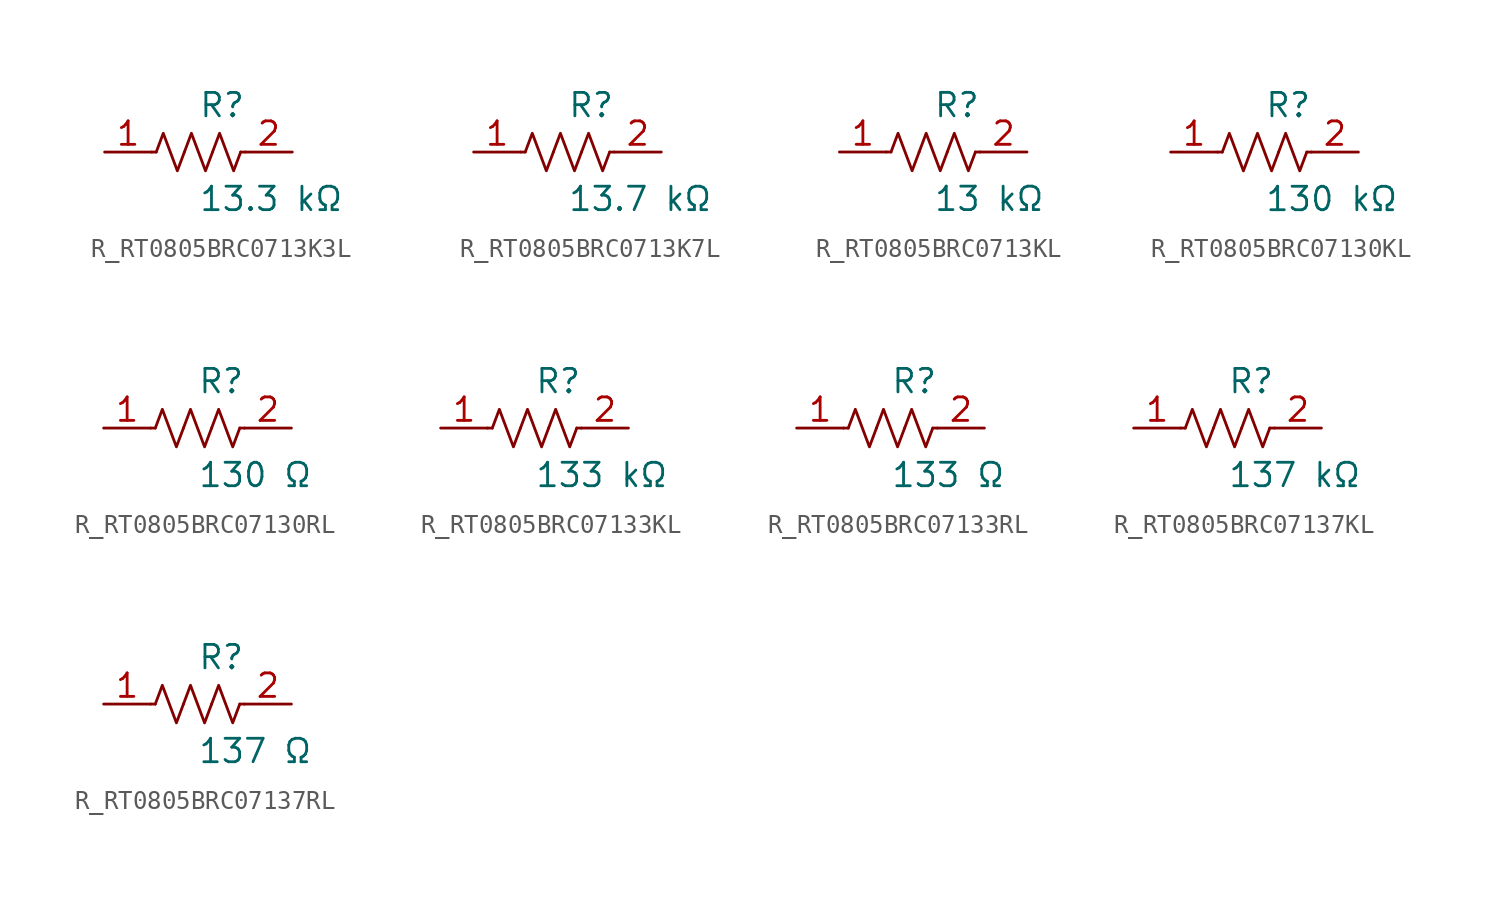
<source format=kicad_sym>
(kicad_symbol_lib
  (version 20231120)
  (generator kicad_symbol_editor)
  (generator_version 8.0)
  (symbol "R_RT0805BRC0713K3L"
    (pin_names
      (offset 0.254))
    (property "Reference" "R"
      (at 0 2.54 0)
      (effects (font (size 1.27 1.27)) (justify left)))
    (property "Value" "13.3 kΩ"
      (at 0 -2.54 0)
      (effects (font (size 1.27 1.27)) (justify left)))
    (symbol "R_RT0805BRC0713K3L_0_1"
      (polyline (pts (xy 2.286 0) (xy 2.54 0)) (stroke (width 0) (type default)) (fill (type none)))
      (polyline (pts (xy -2.286 0) (xy -2.54 0)) (stroke (width 0) (type default)) (fill (type none)))
      (polyline (pts (xy 0.762 0) (xy 1.143 1.016) (xy 1.524 0) (xy 1.905 -1.016) (xy 2.286 0)) (stroke (width 0) (type default)) (fill (type none)))
      (polyline (pts (xy -0.762 0) (xy -0.381 1.016) (xy 0 0) (xy 0.381 -1.016) (xy 0.762 0)) (stroke (width 0) (type default)) (fill (type none)))
      (polyline (pts (xy -2.286 0) (xy -1.905 1.016) (xy -1.524 0) (xy -1.143 -1.016) (xy -0.762 0)) (stroke (width 0) (type default)) (fill (type none))))
    (pin unspecified line
      (at -5.08 0 0)
      (length 2.54)
      (name "" (effects (font (size 1.27 1.27))))
      (number "1" (effects (font (size 1.27 1.27)))))
    (pin unspecified line
      (at 5.08 0 180)
      (length 2.54)
      (name "" (effects (font (size 1.27 1.27))))
      (number "2" (effects (font (size 1.27 1.27))))))
  (symbol "R_RT0805BRC0713K7L"
    (pin_names
      (offset 0.254))
    (property "Reference" "R"
      (at 0 2.54 0)
      (effects (font (size 1.27 1.27)) (justify left)))
    (property "Value" "13.7 kΩ"
      (at 0 -2.54 0)
      (effects (font (size 1.27 1.27)) (justify left)))
    (symbol "R_RT0805BRC0713K7L_0_1"
      (polyline (pts (xy 2.286 0) (xy 2.54 0)) (stroke (width 0) (type default)) (fill (type none)))
      (polyline (pts (xy -2.286 0) (xy -2.54 0)) (stroke (width 0) (type default)) (fill (type none)))
      (polyline (pts (xy 0.762 0) (xy 1.143 1.016) (xy 1.524 0) (xy 1.905 -1.016) (xy 2.286 0)) (stroke (width 0) (type default)) (fill (type none)))
      (polyline (pts (xy -0.762 0) (xy -0.381 1.016) (xy 0 0) (xy 0.381 -1.016) (xy 0.762 0)) (stroke (width 0) (type default)) (fill (type none)))
      (polyline (pts (xy -2.286 0) (xy -1.905 1.016) (xy -1.524 0) (xy -1.143 -1.016) (xy -0.762 0)) (stroke (width 0) (type default)) (fill (type none))))
    (pin unspecified line
      (at -5.08 0 0)
      (length 2.54)
      (name "" (effects (font (size 1.27 1.27))))
      (number "1" (effects (font (size 1.27 1.27)))))
    (pin unspecified line
      (at 5.08 0 180)
      (length 2.54)
      (name "" (effects (font (size 1.27 1.27))))
      (number "2" (effects (font (size 1.27 1.27))))))
  (symbol "R_RT0805BRC0713KL"
    (pin_names
      (offset 0.254))
    (property "Reference" "R"
      (at 0 2.54 0)
      (effects (font (size 1.27 1.27)) (justify left)))
    (property "Value" "13 kΩ"
      (at 0 -2.54 0)
      (effects (font (size 1.27 1.27)) (justify left)))
    (symbol "R_RT0805BRC0713KL_0_1"
      (polyline (pts (xy 2.286 0) (xy 2.54 0)) (stroke (width 0) (type default)) (fill (type none)))
      (polyline (pts (xy -2.286 0) (xy -2.54 0)) (stroke (width 0) (type default)) (fill (type none)))
      (polyline (pts (xy 0.762 0) (xy 1.143 1.016) (xy 1.524 0) (xy 1.905 -1.016) (xy 2.286 0)) (stroke (width 0) (type default)) (fill (type none)))
      (polyline (pts (xy -0.762 0) (xy -0.381 1.016) (xy 0 0) (xy 0.381 -1.016) (xy 0.762 0)) (stroke (width 0) (type default)) (fill (type none)))
      (polyline (pts (xy -2.286 0) (xy -1.905 1.016) (xy -1.524 0) (xy -1.143 -1.016) (xy -0.762 0)) (stroke (width 0) (type default)) (fill (type none))))
    (pin unspecified line
      (at -5.08 0 0)
      (length 2.54)
      (name "" (effects (font (size 1.27 1.27))))
      (number "1" (effects (font (size 1.27 1.27)))))
    (pin unspecified line
      (at 5.08 0 180)
      (length 2.54)
      (name "" (effects (font (size 1.27 1.27))))
      (number "2" (effects (font (size 1.27 1.27))))))
  (symbol "R_RT0805BRC07130KL"
    (pin_names
      (offset 0.254))
    (property "Reference" "R"
      (at 0 2.54 0)
      (effects (font (size 1.27 1.27)) (justify left)))
    (property "Value" "130 kΩ"
      (at 0 -2.54 0)
      (effects (font (size 1.27 1.27)) (justify left)))
    (symbol "R_RT0805BRC07130KL_0_1"
      (polyline (pts (xy 2.286 0) (xy 2.54 0)) (stroke (width 0) (type default)) (fill (type none)))
      (polyline (pts (xy -2.286 0) (xy -2.54 0)) (stroke (width 0) (type default)) (fill (type none)))
      (polyline (pts (xy 0.762 0) (xy 1.143 1.016) (xy 1.524 0) (xy 1.905 -1.016) (xy 2.286 0)) (stroke (width 0) (type default)) (fill (type none)))
      (polyline (pts (xy -0.762 0) (xy -0.381 1.016) (xy 0 0) (xy 0.381 -1.016) (xy 0.762 0)) (stroke (width 0) (type default)) (fill (type none)))
      (polyline (pts (xy -2.286 0) (xy -1.905 1.016) (xy -1.524 0) (xy -1.143 -1.016) (xy -0.762 0)) (stroke (width 0) (type default)) (fill (type none))))
    (pin unspecified line
      (at -5.08 0 0)
      (length 2.54)
      (name "" (effects (font (size 1.27 1.27))))
      (number "1" (effects (font (size 1.27 1.27)))))
    (pin unspecified line
      (at 5.08 0 180)
      (length 2.54)
      (name "" (effects (font (size 1.27 1.27))))
      (number "2" (effects (font (size 1.27 1.27))))))
  (symbol "R_RT0805BRC07130RL"
    (pin_names
      (offset 0.254))
    (property "Reference" "R"
      (at 0 2.54 0)
      (effects (font (size 1.27 1.27)) (justify left)))
    (property "Value" "130 Ω"
      (at 0 -2.54 0)
      (effects (font (size 1.27 1.27)) (justify left)))
    (symbol "R_RT0805BRC07130RL_0_1"
      (polyline (pts (xy 2.286 0) (xy 2.54 0)) (stroke (width 0) (type default)) (fill (type none)))
      (polyline (pts (xy -2.286 0) (xy -2.54 0)) (stroke (width 0) (type default)) (fill (type none)))
      (polyline (pts (xy 0.762 0) (xy 1.143 1.016) (xy 1.524 0) (xy 1.905 -1.016) (xy 2.286 0)) (stroke (width 0) (type default)) (fill (type none)))
      (polyline (pts (xy -0.762 0) (xy -0.381 1.016) (xy 0 0) (xy 0.381 -1.016) (xy 0.762 0)) (stroke (width 0) (type default)) (fill (type none)))
      (polyline (pts (xy -2.286 0) (xy -1.905 1.016) (xy -1.524 0) (xy -1.143 -1.016) (xy -0.762 0)) (stroke (width 0) (type default)) (fill (type none))))
    (pin unspecified line
      (at -5.08 0 0)
      (length 2.54)
      (name "" (effects (font (size 1.27 1.27))))
      (number "1" (effects (font (size 1.27 1.27)))))
    (pin unspecified line
      (at 5.08 0 180)
      (length 2.54)
      (name "" (effects (font (size 1.27 1.27))))
      (number "2" (effects (font (size 1.27 1.27))))))
  (symbol "R_RT0805BRC07133KL"
    (pin_names
      (offset 0.254))
    (property "Reference" "R"
      (at 0 2.54 0)
      (effects (font (size 1.27 1.27)) (justify left)))
    (property "Value" "133 kΩ"
      (at 0 -2.54 0)
      (effects (font (size 1.27 1.27)) (justify left)))
    (symbol "R_RT0805BRC07133KL_0_1"
      (polyline (pts (xy 2.286 0) (xy 2.54 0)) (stroke (width 0) (type default)) (fill (type none)))
      (polyline (pts (xy -2.286 0) (xy -2.54 0)) (stroke (width 0) (type default)) (fill (type none)))
      (polyline (pts (xy 0.762 0) (xy 1.143 1.016) (xy 1.524 0) (xy 1.905 -1.016) (xy 2.286 0)) (stroke (width 0) (type default)) (fill (type none)))
      (polyline (pts (xy -0.762 0) (xy -0.381 1.016) (xy 0 0) (xy 0.381 -1.016) (xy 0.762 0)) (stroke (width 0) (type default)) (fill (type none)))
      (polyline (pts (xy -2.286 0) (xy -1.905 1.016) (xy -1.524 0) (xy -1.143 -1.016) (xy -0.762 0)) (stroke (width 0) (type default)) (fill (type none))))
    (pin unspecified line
      (at -5.08 0 0)
      (length 2.54)
      (name "" (effects (font (size 1.27 1.27))))
      (number "1" (effects (font (size 1.27 1.27)))))
    (pin unspecified line
      (at 5.08 0 180)
      (length 2.54)
      (name "" (effects (font (size 1.27 1.27))))
      (number "2" (effects (font (size 1.27 1.27))))))
  (symbol "R_RT0805BRC07133RL"
    (pin_names
      (offset 0.254))
    (property "Reference" "R"
      (at 0 2.54 0)
      (effects (font (size 1.27 1.27)) (justify left)))
    (property "Value" "133 Ω"
      (at 0 -2.54 0)
      (effects (font (size 1.27 1.27)) (justify left)))
    (symbol "R_RT0805BRC07133RL_0_1"
      (polyline (pts (xy 2.286 0) (xy 2.54 0)) (stroke (width 0) (type default)) (fill (type none)))
      (polyline (pts (xy -2.286 0) (xy -2.54 0)) (stroke (width 0) (type default)) (fill (type none)))
      (polyline (pts (xy 0.762 0) (xy 1.143 1.016) (xy 1.524 0) (xy 1.905 -1.016) (xy 2.286 0)) (stroke (width 0) (type default)) (fill (type none)))
      (polyline (pts (xy -0.762 0) (xy -0.381 1.016) (xy 0 0) (xy 0.381 -1.016) (xy 0.762 0)) (stroke (width 0) (type default)) (fill (type none)))
      (polyline (pts (xy -2.286 0) (xy -1.905 1.016) (xy -1.524 0) (xy -1.143 -1.016) (xy -0.762 0)) (stroke (width 0) (type default)) (fill (type none))))
    (pin unspecified line
      (at -5.08 0 0)
      (length 2.54)
      (name "" (effects (font (size 1.27 1.27))))
      (number "1" (effects (font (size 1.27 1.27)))))
    (pin unspecified line
      (at 5.08 0 180)
      (length 2.54)
      (name "" (effects (font (size 1.27 1.27))))
      (number "2" (effects (font (size 1.27 1.27))))))
  (symbol "R_RT0805BRC07137KL"
    (pin_names
      (offset 0.254))
    (property "Reference" "R"
      (at 0 2.54 0)
      (effects (font (size 1.27 1.27)) (justify left)))
    (property "Value" "137 kΩ"
      (at 0 -2.54 0)
      (effects (font (size 1.27 1.27)) (justify left)))
    (symbol "R_RT0805BRC07137KL_0_1"
      (polyline (pts (xy 2.286 0) (xy 2.54 0)) (stroke (width 0) (type default)) (fill (type none)))
      (polyline (pts (xy -2.286 0) (xy -2.54 0)) (stroke (width 0) (type default)) (fill (type none)))
      (polyline (pts (xy 0.762 0) (xy 1.143 1.016) (xy 1.524 0) (xy 1.905 -1.016) (xy 2.286 0)) (stroke (width 0) (type default)) (fill (type none)))
      (polyline (pts (xy -0.762 0) (xy -0.381 1.016) (xy 0 0) (xy 0.381 -1.016) (xy 0.762 0)) (stroke (width 0) (type default)) (fill (type none)))
      (polyline (pts (xy -2.286 0) (xy -1.905 1.016) (xy -1.524 0) (xy -1.143 -1.016) (xy -0.762 0)) (stroke (width 0) (type default)) (fill (type none))))
    (pin unspecified line
      (at -5.08 0 0)
      (length 2.54)
      (name "" (effects (font (size 1.27 1.27))))
      (number "1" (effects (font (size 1.27 1.27)))))
    (pin unspecified line
      (at 5.08 0 180)
      (length 2.54)
      (name "" (effects (font (size 1.27 1.27))))
      (number "2" (effects (font (size 1.27 1.27))))))
  (symbol "R_RT0805BRC07137RL"
    (pin_names
      (offset 0.254))
    (property "Reference" "R"
      (at 0 2.54 0)
      (effects (font (size 1.27 1.27)) (justify left)))
    (property "Value" "137 Ω"
      (at 0 -2.54 0)
      (effects (font (size 1.27 1.27)) (justify left)))
    (symbol "R_RT0805BRC07137RL_0_1"
      (polyline (pts (xy 2.286 0) (xy 2.54 0)) (stroke (width 0) (type default)) (fill (type none)))
      (polyline (pts (xy -2.286 0) (xy -2.54 0)) (stroke (width 0) (type default)) (fill (type none)))
      (polyline (pts (xy 0.762 0) (xy 1.143 1.016) (xy 1.524 0) (xy 1.905 -1.016) (xy 2.286 0)) (stroke (width 0) (type default)) (fill (type none)))
      (polyline (pts (xy -0.762 0) (xy -0.381 1.016) (xy 0 0) (xy 0.381 -1.016) (xy 0.762 0)) (stroke (width 0) (type default)) (fill (type none)))
      (polyline (pts (xy -2.286 0) (xy -1.905 1.016) (xy -1.524 0) (xy -1.143 -1.016) (xy -0.762 0)) (stroke (width 0) (type default)) (fill (type none))))
    (pin unspecified line
      (at -5.08 0 0)
      (length 2.54)
      (name "" (effects (font (size 1.27 1.27))))
      (number "1" (effects (font (size 1.27 1.27)))))
    (pin unspecified line
      (at 5.08 0 180)
      (length 2.54)
      (name "" (effects (font (size 1.27 1.27))))
      (number "2" (effects (font (size 1.27 1.27)))))))
</source>
